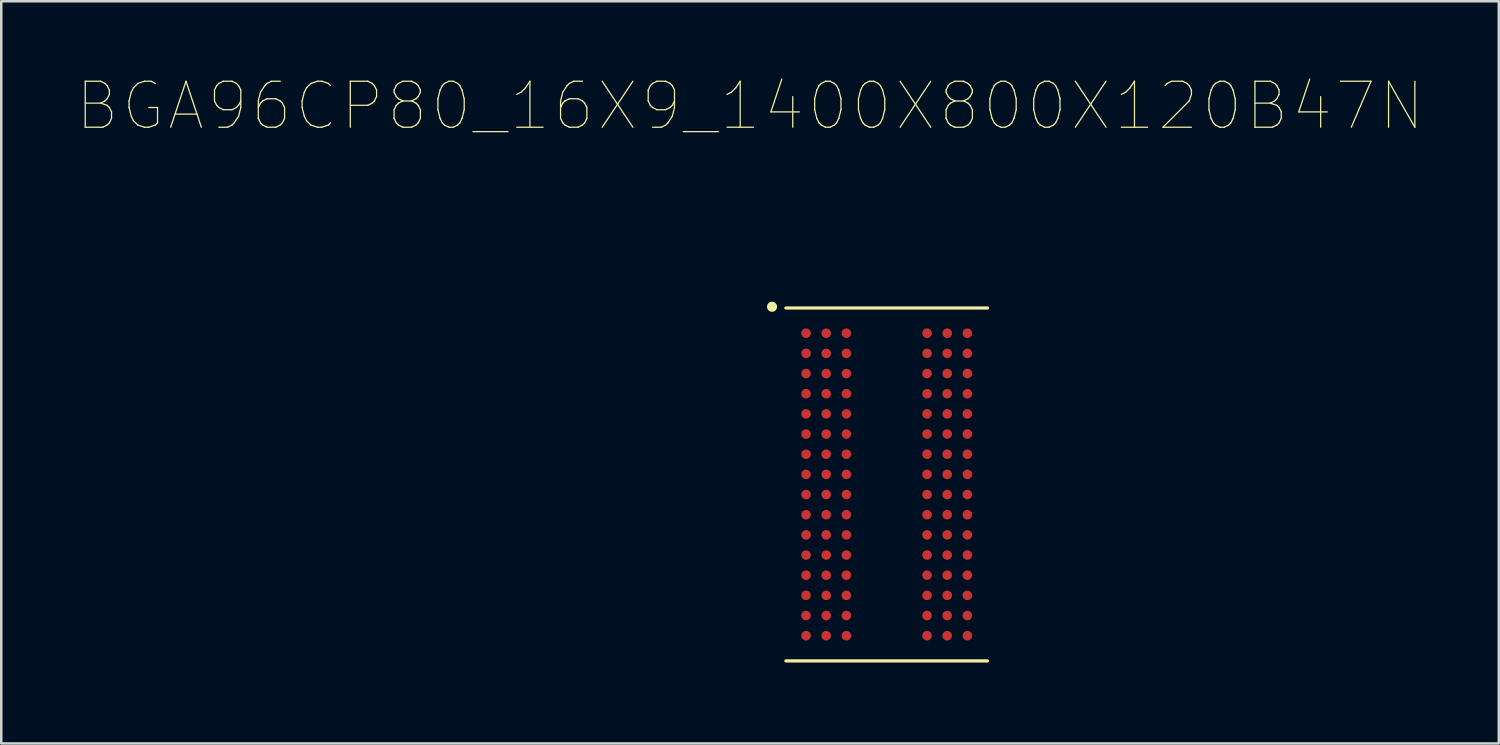
<source format=kicad_pcb>
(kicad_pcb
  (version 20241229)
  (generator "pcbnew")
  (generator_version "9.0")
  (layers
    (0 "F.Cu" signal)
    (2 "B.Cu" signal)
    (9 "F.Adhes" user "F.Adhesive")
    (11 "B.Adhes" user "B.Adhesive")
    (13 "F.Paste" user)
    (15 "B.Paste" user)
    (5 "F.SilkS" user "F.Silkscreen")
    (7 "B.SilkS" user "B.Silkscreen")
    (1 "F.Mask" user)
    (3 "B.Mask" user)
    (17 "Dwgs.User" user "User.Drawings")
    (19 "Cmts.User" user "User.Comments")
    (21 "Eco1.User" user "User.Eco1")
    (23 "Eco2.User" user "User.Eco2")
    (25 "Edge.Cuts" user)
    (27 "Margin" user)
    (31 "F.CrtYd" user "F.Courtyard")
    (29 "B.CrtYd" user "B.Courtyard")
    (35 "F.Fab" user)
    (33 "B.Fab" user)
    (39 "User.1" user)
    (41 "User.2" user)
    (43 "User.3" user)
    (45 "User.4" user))
  (footprint "BGA96CP80_16X9_1400X800X120B47N"
    (layer "F.Cu")
    (at 32.13 16.171)
    (property "Reference" "BGA96CP80_16X9_1400X800X120B47N" (at -5.422 -15.015 0) (layer "F.SilkS") (effects (font (size 1.825 1.825) (thickness 0.05))))
    (attr smd)
    (fp_line (start 4 -7) (end -4 -7) (stroke (width 0.127) (type solid)) (layer "F.SilkS"))
    (fp_line (start 4 7) (end -4 7) (stroke (width 0.127) (type solid)) (layer "F.SilkS"))
    (fp_circle (center -4.55 -7.05) (end -4.35 -7.05) (stroke (width 0) (type solid)) (fill yes) (layer "F.SilkS"))
    (fp_line (start -4.25 -7.25) (end 4.25 -7.25) (stroke (width 0.05) (type solid)) (layer "Eco1.User"))
    (fp_line (start -4.25 7.25) (end -4.25 -7.25) (stroke (width 0.05) (type solid)) (layer "Eco1.User"))
    (fp_line (start -4.25 7.25) (end 4.25 7.25) (stroke (width 0.05) (type solid)) (layer "Eco1.User"))
    (fp_line (start 4.25 7.25) (end 4.25 -7.25) (stroke (width 0.05) (type solid)) (layer "Eco1.User"))
    (fp_line (start -4 7) (end -4 -7) (stroke (width 0.127) (type solid)) (layer "Eco2.User"))
    (fp_line (start 4 -7) (end -4 -7) (stroke (width 0.127) (type solid)) (layer "Eco2.User"))
    (fp_line (start 4 7) (end -4 7) (stroke (width 0.127) (type solid)) (layer "Eco2.User"))
    (fp_line (start 4 7) (end 4 -7) (stroke (width 0.127) (type solid)) (layer "Eco2.User"))
    (fp_circle (center -4.55 -7.05) (end -4.35 -7.05) (stroke (width 0) (type solid)) (fill yes) (layer "Eco2.User"))
    (pad "A1" smd circle (at -3.2 -6) (size 0.38 0.38) (layers "F.Cu" "F.Mask" "F.Paste"))
    (pad "A2" smd circle (at -2.4 -6) (size 0.38 0.38) (layers "F.Cu" "F.Mask" "F.Paste"))
    (pad "A3" smd circle (at -1.6 -6) (size 0.38 0.38) (layers "F.Cu" "F.Mask" "F.Paste"))
    (pad "A7" smd circle (at 1.6 -6) (size 0.38 0.38) (layers "F.Cu" "F.Mask" "F.Paste"))
    (pad "A8" smd circle (at 2.4 -6) (size 0.38 0.38) (layers "F.Cu" "F.Mask" "F.Paste"))
    (pad "A9" smd circle (at 3.2 -6) (size 0.38 0.38) (layers "F.Cu" "F.Mask" "F.Paste"))
    (pad "B1" smd circle (at -3.2 -5.2) (size 0.38 0.38) (layers "F.Cu" "F.Mask" "F.Paste"))
    (pad "B2" smd circle (at -2.4 -5.2) (size 0.38 0.38) (layers "F.Cu" "F.Mask" "F.Paste"))
    (pad "B3" smd circle (at -1.6 -5.2) (size 0.38 0.38) (layers "F.Cu" "F.Mask" "F.Paste"))
    (pad "B7" smd circle (at 1.6 -5.2) (size 0.38 0.38) (layers "F.Cu" "F.Mask" "F.Paste"))
    (pad "B8" smd circle (at 2.4 -5.2) (size 0.38 0.38) (layers "F.Cu" "F.Mask" "F.Paste"))
    (pad "B9" smd circle (at 3.2 -5.2) (size 0.38 0.38) (layers "F.Cu" "F.Mask" "F.Paste"))
    (pad "C1" smd circle (at -3.2 -4.4) (size 0.38 0.38) (layers "F.Cu" "F.Mask" "F.Paste"))
    (pad "C2" smd circle (at -2.4 -4.4) (size 0.38 0.38) (layers "F.Cu" "F.Mask" "F.Paste"))
    (pad "C3" smd circle (at -1.6 -4.4) (size 0.38 0.38) (layers "F.Cu" "F.Mask" "F.Paste"))
    (pad "C7" smd circle (at 1.6 -4.4) (size 0.38 0.38) (layers "F.Cu" "F.Mask" "F.Paste"))
    (pad "C8" smd circle (at 2.4 -4.4) (size 0.38 0.38) (layers "F.Cu" "F.Mask" "F.Paste"))
    (pad "C9" smd circle (at 3.2 -4.4) (size 0.38 0.38) (layers "F.Cu" "F.Mask" "F.Paste"))
    (pad "D1" smd circle (at -3.2 -3.6) (size 0.38 0.38) (layers "F.Cu" "F.Mask" "F.Paste"))
    (pad "D2" smd circle (at -2.4 -3.6) (size 0.38 0.38) (layers "F.Cu" "F.Mask" "F.Paste"))
    (pad "D3" smd circle (at -1.6 -3.6) (size 0.38 0.38) (layers "F.Cu" "F.Mask" "F.Paste"))
    (pad "D7" smd circle (at 1.6 -3.6) (size 0.38 0.38) (layers "F.Cu" "F.Mask" "F.Paste"))
    (pad "D8" smd circle (at 2.4 -3.6) (size 0.38 0.38) (layers "F.Cu" "F.Mask" "F.Paste"))
    (pad "D9" smd circle (at 3.2 -3.6) (size 0.38 0.38) (layers "F.Cu" "F.Mask" "F.Paste"))
    (pad "E1" smd circle (at -3.2 -2.8) (size 0.38 0.38) (layers "F.Cu" "F.Mask" "F.Paste"))
    (pad "E2" smd circle (at -2.4 -2.8) (size 0.38 0.38) (layers "F.Cu" "F.Mask" "F.Paste"))
    (pad "E3" smd circle (at -1.6 -2.8) (size 0.38 0.38) (layers "F.Cu" "F.Mask" "F.Paste"))
    (pad "E7" smd circle (at 1.6 -2.8) (size 0.38 0.38) (layers "F.Cu" "F.Mask" "F.Paste"))
    (pad "E8" smd circle (at 2.4 -2.8) (size 0.38 0.38) (layers "F.Cu" "F.Mask" "F.Paste"))
    (pad "E9" smd circle (at 3.2 -2.8) (size 0.38 0.38) (layers "F.Cu" "F.Mask" "F.Paste"))
    (pad "F1" smd circle (at -3.2 -2) (size 0.38 0.38) (layers "F.Cu" "F.Mask" "F.Paste"))
    (pad "F2" smd circle (at -2.4 -2) (size 0.38 0.38) (layers "F.Cu" "F.Mask" "F.Paste"))
    (pad "F3" smd circle (at -1.6 -2) (size 0.38 0.38) (layers "F.Cu" "F.Mask" "F.Paste"))
    (pad "F7" smd circle (at 1.6 -2) (size 0.38 0.38) (layers "F.Cu" "F.Mask" "F.Paste"))
    (pad "F8" smd circle (at 2.4 -2) (size 0.38 0.38) (layers "F.Cu" "F.Mask" "F.Paste"))
    (pad "F9" smd circle (at 3.2 -2) (size 0.38 0.38) (layers "F.Cu" "F.Mask" "F.Paste"))
    (pad "G1" smd circle (at -3.2 -1.2) (size 0.38 0.38) (layers "F.Cu" "F.Mask" "F.Paste"))
    (pad "G2" smd circle (at -2.4 -1.2) (size 0.38 0.38) (layers "F.Cu" "F.Mask" "F.Paste"))
    (pad "G3" smd circle (at -1.6 -1.2) (size 0.38 0.38) (layers "F.Cu" "F.Mask" "F.Paste"))
    (pad "G7" smd circle (at 1.6 -1.2) (size 0.38 0.38) (layers "F.Cu" "F.Mask" "F.Paste"))
    (pad "G8" smd circle (at 2.4 -1.2) (size 0.38 0.38) (layers "F.Cu" "F.Mask" "F.Paste"))
    (pad "G9" smd circle (at 3.2 -1.2) (size 0.38 0.38) (layers "F.Cu" "F.Mask" "F.Paste"))
    (pad "H1" smd circle (at -3.2 -0.4) (size 0.38 0.38) (layers "F.Cu" "F.Mask" "F.Paste"))
    (pad "H2" smd circle (at -2.4 -0.4) (size 0.38 0.38) (layers "F.Cu" "F.Mask" "F.Paste"))
    (pad "H3" smd circle (at -1.6 -0.4) (size 0.38 0.38) (layers "F.Cu" "F.Mask" "F.Paste"))
    (pad "H7" smd circle (at 1.6 -0.4) (size 0.38 0.38) (layers "F.Cu" "F.Mask" "F.Paste"))
    (pad "H8" smd circle (at 2.4 -0.4) (size 0.38 0.38) (layers "F.Cu" "F.Mask" "F.Paste"))
    (pad "H9" smd circle (at 3.2 -0.4) (size 0.38 0.38) (layers "F.Cu" "F.Mask" "F.Paste"))
    (pad "J1" smd circle (at -3.2 0.4) (size 0.38 0.38) (layers "F.Cu" "F.Mask" "F.Paste"))
    (pad "J2" smd circle (at -2.4 0.4) (size 0.38 0.38) (layers "F.Cu" "F.Mask" "F.Paste"))
    (pad "J3" smd circle (at -1.6 0.4) (size 0.38 0.38) (layers "F.Cu" "F.Mask" "F.Paste"))
    (pad "J7" smd circle (at 1.6 0.4) (size 0.38 0.38) (layers "F.Cu" "F.Mask" "F.Paste"))
    (pad "J8" smd circle (at 2.4 0.4) (size 0.38 0.38) (layers "F.Cu" "F.Mask" "F.Paste"))
    (pad "J9" smd circle (at 3.2 0.4) (size 0.38 0.38) (layers "F.Cu" "F.Mask" "F.Paste"))
    (pad "K1" smd circle (at -3.2 1.2) (size 0.38 0.38) (layers "F.Cu" "F.Mask" "F.Paste"))
    (pad "K2" smd circle (at -2.4 1.2) (size 0.38 0.38) (layers "F.Cu" "F.Mask" "F.Paste"))
    (pad "K3" smd circle (at -1.6 1.2) (size 0.38 0.38) (layers "F.Cu" "F.Mask" "F.Paste"))
    (pad "K7" smd circle (at 1.6 1.2) (size 0.38 0.38) (layers "F.Cu" "F.Mask" "F.Paste"))
    (pad "K8" smd circle (at 2.4 1.2) (size 0.38 0.38) (layers "F.Cu" "F.Mask" "F.Paste"))
    (pad "K9" smd circle (at 3.2 1.2) (size 0.38 0.38) (layers "F.Cu" "F.Mask" "F.Paste"))
    (pad "L1" smd circle (at -3.2 2) (size 0.38 0.38) (layers "F.Cu" "F.Mask" "F.Paste"))
    (pad "L2" smd circle (at -2.4 2) (size 0.38 0.38) (layers "F.Cu" "F.Mask" "F.Paste"))
    (pad "L3" smd circle (at -1.6 2) (size 0.38 0.38) (layers "F.Cu" "F.Mask" "F.Paste"))
    (pad "L7" smd circle (at 1.6 2) (size 0.38 0.38) (layers "F.Cu" "F.Mask" "F.Paste"))
    (pad "L8" smd circle (at 2.4 2) (size 0.38 0.38) (layers "F.Cu" "F.Mask" "F.Paste"))
    (pad "L9" smd circle (at 3.2 2) (size 0.38 0.38) (layers "F.Cu" "F.Mask" "F.Paste"))
    (pad "M1" smd circle (at -3.2 2.8) (size 0.38 0.38) (layers "F.Cu" "F.Mask" "F.Paste"))
    (pad "M2" smd circle (at -2.4 2.8) (size 0.38 0.38) (layers "F.Cu" "F.Mask" "F.Paste"))
    (pad "M3" smd circle (at -1.6 2.8) (size 0.38 0.38) (layers "F.Cu" "F.Mask" "F.Paste"))
    (pad "M7" smd circle (at 1.6 2.8) (size 0.38 0.38) (layers "F.Cu" "F.Mask" "F.Paste"))
    (pad "M8" smd circle (at 2.4 2.8) (size 0.38 0.38) (layers "F.Cu" "F.Mask" "F.Paste"))
    (pad "M9" smd circle (at 3.2 2.8) (size 0.38 0.38) (layers "F.Cu" "F.Mask" "F.Paste"))
    (pad "N1" smd circle (at -3.2 3.6) (size 0.38 0.38) (layers "F.Cu" "F.Mask" "F.Paste"))
    (pad "N2" smd circle (at -2.4 3.6) (size 0.38 0.38) (layers "F.Cu" "F.Mask" "F.Paste"))
    (pad "N3" smd circle (at -1.6 3.6) (size 0.38 0.38) (layers "F.Cu" "F.Mask" "F.Paste"))
    (pad "N7" smd circle (at 1.6 3.6) (size 0.38 0.38) (layers "F.Cu" "F.Mask" "F.Paste"))
    (pad "N8" smd circle (at 2.4 3.6) (size 0.38 0.38) (layers "F.Cu" "F.Mask" "F.Paste"))
    (pad "N9" smd circle (at 3.2 3.6) (size 0.38 0.38) (layers "F.Cu" "F.Mask" "F.Paste"))
    (pad "P1" smd circle (at -3.2 4.4) (size 0.38 0.38) (layers "F.Cu" "F.Mask" "F.Paste"))
    (pad "P2" smd circle (at -2.4 4.4) (size 0.38 0.38) (layers "F.Cu" "F.Mask" "F.Paste"))
    (pad "P3" smd circle (at -1.6 4.4) (size 0.38 0.38) (layers "F.Cu" "F.Mask" "F.Paste"))
    (pad "P7" smd circle (at 1.6 4.4) (size 0.38 0.38) (layers "F.Cu" "F.Mask" "F.Paste"))
    (pad "P8" smd circle (at 2.4 4.4) (size 0.38 0.38) (layers "F.Cu" "F.Mask" "F.Paste"))
    (pad "P9" smd circle (at 3.2 4.4) (size 0.38 0.38) (layers "F.Cu" "F.Mask" "F.Paste"))
    (pad "R1" smd circle (at -3.2 5.2) (size 0.38 0.38) (layers "F.Cu" "F.Mask" "F.Paste"))
    (pad "R2" smd circle (at -2.4 5.2) (size 0.38 0.38) (layers "F.Cu" "F.Mask" "F.Paste"))
    (pad "R3" smd circle (at -1.6 5.2) (size 0.38 0.38) (layers "F.Cu" "F.Mask" "F.Paste"))
    (pad "R7" smd circle (at 1.6 5.2) (size 0.38 0.38) (layers "F.Cu" "F.Mask" "F.Paste"))
    (pad "R8" smd circle (at 2.4 5.2) (size 0.38 0.38) (layers "F.Cu" "F.Mask" "F.Paste"))
    (pad "R9" smd circle (at 3.2 5.2) (size 0.38 0.38) (layers "F.Cu" "F.Mask" "F.Paste"))
    (pad "T1" smd circle (at -3.2 6) (size 0.38 0.38) (layers "F.Cu" "F.Mask" "F.Paste"))
    (pad "T2" smd circle (at -2.4 6) (size 0.38 0.38) (layers "F.Cu" "F.Mask" "F.Paste"))
    (pad "T3" smd circle (at -1.6 6) (size 0.38 0.38) (layers "F.Cu" "F.Mask" "F.Paste"))
    (pad "T7" smd circle (at 1.6 6) (size 0.38 0.38) (layers "F.Cu" "F.Mask" "F.Paste"))
    (pad "T8" smd circle (at 2.4 6) (size 0.38 0.38) (layers "F.Cu" "F.Mask" "F.Paste"))
    (pad "T9" smd circle (at 3.2 6) (size 0.38 0.38) (layers "F.Cu" "F.Mask" "F.Paste")))
  (gr_rect
    (start -3 -3)
    (end 56.415 26.446)
    (stroke (width 0.1) (type default))
    (fill no)
    (layer "Edge.Cuts")))
</source>
